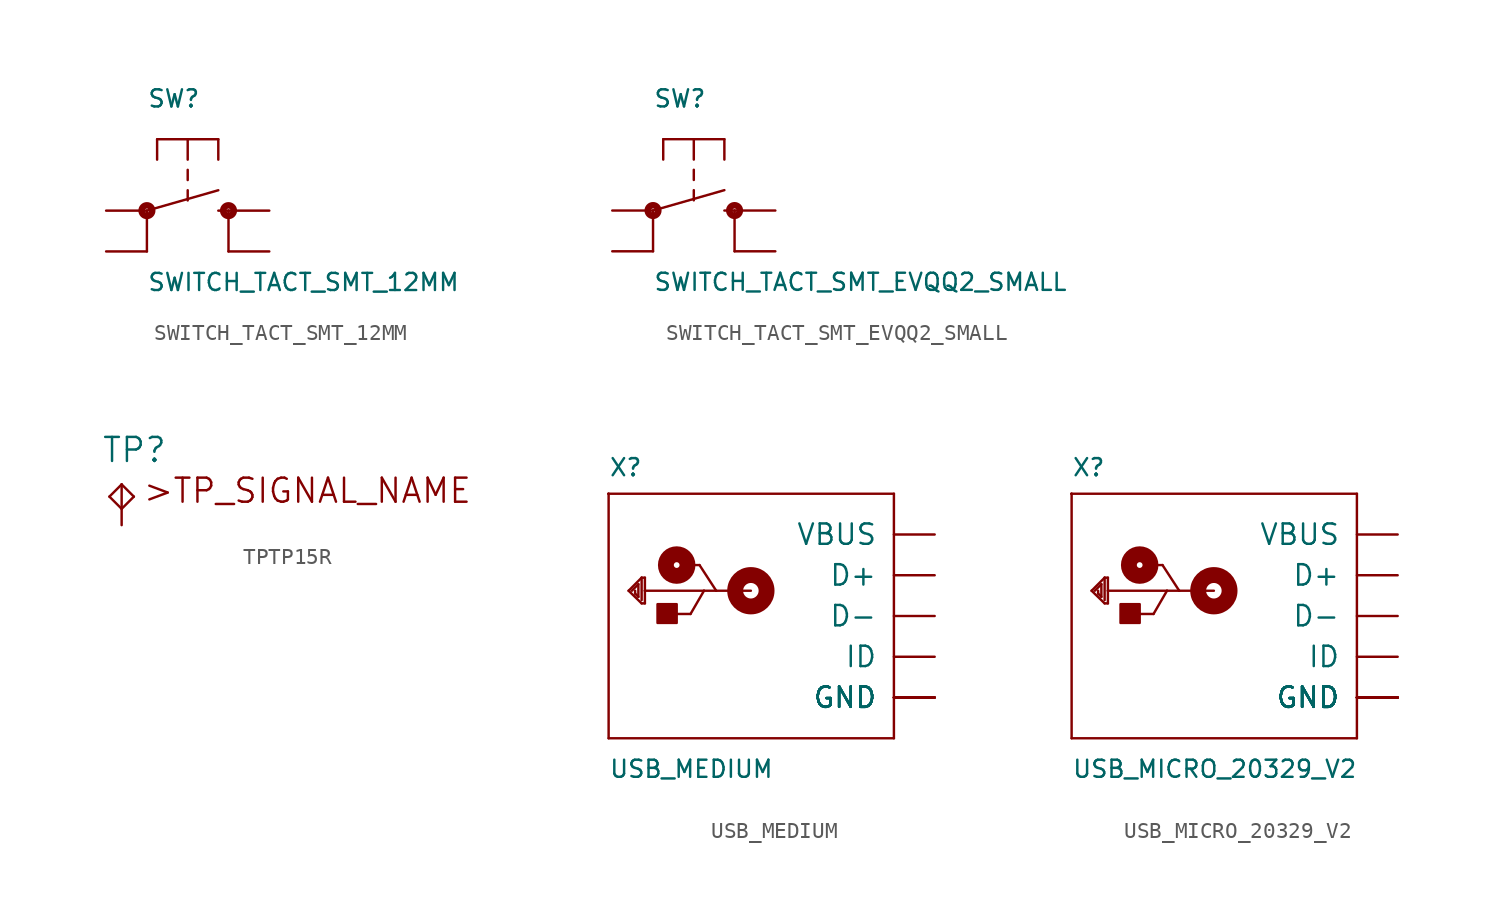
<source format=kicad_sym>
(kicad_symbol_lib
  (version 20211014)
  (generator kicad_symbol_editor)
  (symbol "SWITCH_TACT_SMT_12MM"
    (pin_names
      (offset 1.016))
    (property "Reference" "SW"
      (at -2.54 6.35 0)
      (effects (font (size 1.067 1.067)) (justify left bottom)))
    (property "Value" "SWITCH_TACT_SMT_12MM"
      (at -2.54 -5.08 0)
      (effects (font (size 1.067 1.067)) (justify left bottom)))
    (property "ki_locked" ""
      (at 0 0 0)
      (effects (font (size 1.27 1.27))))
    (symbol "SWITCH_TACT_SMT_12MM_1_0"
      (circle (center -2.54 0) (radius 0.127) (stroke (width 0.406) (type default) (color 0 0 0 0)) (fill (type none)))
      (polyline (pts (xy -2.54 -2.54) (xy -2.54 0)) (stroke (width 0) (type default) (color 0 0 0 0)) (fill (type none)))
      (polyline (pts (xy -2.54 0) (xy 1.905 1.27)) (stroke (width 0) (type default) (color 0 0 0 0)) (fill (type none)))
      (polyline (pts (xy -1.905 4.445) (xy -1.905 3.175)) (stroke (width 0) (type default) (color 0 0 0 0)) (fill (type none)))
      (polyline (pts (xy 0 1.27) (xy 0 0.635)) (stroke (width 0) (type default) (color 0 0 0 0)) (fill (type none)))
      (polyline (pts (xy 0 2.54) (xy 0 1.905)) (stroke (width 0) (type default) (color 0 0 0 0)) (fill (type none)))
      (polyline (pts (xy 0 4.445) (xy -1.905 4.445)) (stroke (width 0) (type default) (color 0 0 0 0)) (fill (type none)))
      (polyline (pts (xy 0 4.445) (xy 0 3.175)) (stroke (width 0) (type default) (color 0 0 0 0)) (fill (type none)))
      (polyline (pts (xy 1.905 0) (xy 2.54 0)) (stroke (width 0) (type default) (color 0 0 0 0)) (fill (type none)))
      (polyline (pts (xy 1.905 4.445) (xy 0 4.445)) (stroke (width 0) (type default) (color 0 0 0 0)) (fill (type none)))
      (polyline (pts (xy 1.905 4.445) (xy 1.905 3.175)) (stroke (width 0) (type default) (color 0 0 0 0)) (fill (type none)))
      (polyline (pts (xy 2.54 -2.54) (xy 2.54 0)) (stroke (width 0) (type default) (color 0 0 0 0)) (fill (type none)))
      (circle (center 2.54 0) (radius 0.127) (stroke (width 0.406) (type default) (color 0 0 0 0)) (fill (type none)))
      (pin passive line (at -5.08 0 0) (length 2.54) (name "P" (effects (font (size 0 0)))) (number "P$1" (effects (font (size 0 0)))))
      (pin passive line (at -5.08 -2.54 0) (length 2.54) (name "P1" (effects (font (size 0 0)))) (number "P$2" (effects (font (size 0 0)))))
      (pin passive line (at 5.08 0 180) (length 2.54) (name "S" (effects (font (size 0 0)))) (number "P$3" (effects (font (size 0 0)))))
      (pin passive line (at 5.08 -2.54 180) (length 2.54) (name "S1" (effects (font (size 0 0)))) (number "P$4" (effects (font (size 0 0)))))))
  (symbol "SWITCH_TACT_SMT_EVQQ2_SMALL"
    (pin_names
      (offset 1.016))
    (property "Reference" "SW"
      (at -2.54 6.35 0)
      (effects (font (size 1.067 1.067)) (justify left bottom)))
    (property "Value" "SWITCH_TACT_SMT_EVQQ2_SMALL"
      (at -2.54 -5.08 0)
      (effects (font (size 1.067 1.067)) (justify left bottom)))
    (property "ki_locked" ""
      (at 0 0 0)
      (effects (font (size 1.27 1.27))))
    (symbol "SWITCH_TACT_SMT_EVQQ2_SMALL_1_0"
      (circle (center -2.54 0) (radius 0.127) (stroke (width 0.406) (type default) (color 0 0 0 0)) (fill (type none)))
      (polyline (pts (xy -2.54 -2.54) (xy -2.54 0)) (stroke (width 0) (type default) (color 0 0 0 0)) (fill (type none)))
      (polyline (pts (xy -2.54 0) (xy 1.905 1.27)) (stroke (width 0) (type default) (color 0 0 0 0)) (fill (type none)))
      (polyline (pts (xy -1.905 4.445) (xy -1.905 3.175)) (stroke (width 0) (type default) (color 0 0 0 0)) (fill (type none)))
      (polyline (pts (xy 0 1.27) (xy 0 0.635)) (stroke (width 0) (type default) (color 0 0 0 0)) (fill (type none)))
      (polyline (pts (xy 0 2.54) (xy 0 1.905)) (stroke (width 0) (type default) (color 0 0 0 0)) (fill (type none)))
      (polyline (pts (xy 0 4.445) (xy -1.905 4.445)) (stroke (width 0) (type default) (color 0 0 0 0)) (fill (type none)))
      (polyline (pts (xy 0 4.445) (xy 0 3.175)) (stroke (width 0) (type default) (color 0 0 0 0)) (fill (type none)))
      (polyline (pts (xy 1.905 0) (xy 2.54 0)) (stroke (width 0) (type default) (color 0 0 0 0)) (fill (type none)))
      (polyline (pts (xy 1.905 4.445) (xy 0 4.445)) (stroke (width 0) (type default) (color 0 0 0 0)) (fill (type none)))
      (polyline (pts (xy 1.905 4.445) (xy 1.905 3.175)) (stroke (width 0) (type default) (color 0 0 0 0)) (fill (type none)))
      (polyline (pts (xy 2.54 -2.54) (xy 2.54 0)) (stroke (width 0) (type default) (color 0 0 0 0)) (fill (type none)))
      (circle (center 2.54 0) (radius 0.127) (stroke (width 0.406) (type default) (color 0 0 0 0)) (fill (type none)))
      (pin passive line (at -5.08 0 0) (length 2.54) (name "P" (effects (font (size 0 0)))) (number "A" (effects (font (size 0 0)))))
      (pin passive line (at -5.08 -2.54 0) (length 2.54) (name "P1" (effects (font (size 0 0)))) (number "A'" (effects (font (size 0 0)))))
      (pin passive line (at 5.08 0 180) (length 2.54) (name "S" (effects (font (size 0 0)))) (number "B" (effects (font (size 0 0)))))
      (pin passive line (at 5.08 -2.54 180) (length 2.54) (name "S1" (effects (font (size 0 0)))) (number "B'" (effects (font (size 0 0)))))))
  (symbol "TPTP15R"
    (pin_names
      (offset 1.016))
    (property "Reference" "TP"
      (at -1.27 1.27 0)
      (effects (font (size 1.499 1.499)) (justify left bottom)))
    (property "ki_locked" ""
      (at 0 0 0)
      (effects (font (size 1.27 1.27))))
    (symbol "TPTP15R_1_0"
      (polyline (pts (xy -0.762 -0.762) (xy 0 0)) (stroke (width 0) (type default) (color 0 0 0 0)) (fill (type none)))
      (polyline (pts (xy 0 -1.524) (xy -0.762 -0.762)) (stroke (width 0) (type default) (color 0 0 0 0)) (fill (type none)))
      (polyline (pts (xy 0 0) (xy 0.762 -0.762)) (stroke (width 0) (type default) (color 0 0 0 0)) (fill (type none)))
      (polyline (pts (xy 0.762 -0.762) (xy 0 -1.524)) (stroke (width 0) (type default) (color 0 0 0 0)) (fill (type none)))
      (text ">TP_SIGNAL_NAME" (at 1.27 -1.27 0) (effects (font (size 1.499 1.499)) (justify left bottom)))
      (pin input line (at 0 -2.54 90) (length 2.54) (name "TP" (effects (font (size 0 0)))) (number "TP" (effects (font (size 0 0)))))))
  (symbol "USB_MEDIUM"
    (pin_names
      (offset 1.016))
    (property "Reference" "X"
      (at -10.16 8.636 0)
      (effects (font (size 1.067 1.067)) (justify left bottom)))
    (property "Value" "USB_MEDIUM"
      (at -10.16 -10.16 0)
      (effects (font (size 1.067 1.067)) (justify left bottom)))
    (property "ki_locked" ""
      (at 0 0 0)
      (effects (font (size 1.27 1.27))))
    (symbol "USB_MEDIUM_1_0"
      (rectangle (start -7.112 -0.432) (end -5.918 0.737) (stroke (width 0) (type default) (color 0 0 0 0)) (fill (type outline)))
      (circle (center -5.918 3.175) (radius 0.178) (stroke (width 0.991) (type default) (color 0 0 0 0)) (fill (type none)))
      (circle (center -1.295 1.575) (radius 0.483) (stroke (width 0.991) (type default) (color 0 0 0 0)) (fill (type none)))
      (polyline (pts (xy -10.185 7.62) (xy -10.16 7.62)) (stroke (width 0) (type default) (color 0 0 0 0)) (fill (type none)))
      (polyline (pts (xy -10.16 -7.62) (xy 7.62 -7.62)) (stroke (width 0) (type default) (color 0 0 0 0)) (fill (type none)))
      (polyline (pts (xy -10.16 7.62) (xy -10.16 -7.62)) (stroke (width 0) (type default) (color 0 0 0 0)) (fill (type none)))
      (polyline (pts (xy -10.16 7.62) (xy 7.62 7.62)) (stroke (width 0) (type default) (color 0 0 0 0)) (fill (type none)))
      (polyline (pts (xy -8.915 1.575) (xy -8.103 2.388)) (stroke (width 0) (type default) (color 0 0 0 0)) (fill (type none)))
      (polyline (pts (xy -8.509 1.397) (xy -8.306 1.194)) (stroke (width 0) (type default) (color 0 0 0 0)) (fill (type none)))
      (polyline (pts (xy -8.509 1.575) (xy -8.509 1.397)) (stroke (width 0) (type default) (color 0 0 0 0)) (fill (type none)))
      (polyline (pts (xy -8.306 1.194) (xy -8.306 1.981)) (stroke (width 0) (type default) (color 0 0 0 0)) (fill (type none)))
      (polyline (pts (xy -8.306 1.981) (xy -8.712 1.575)) (stroke (width 0) (type default) (color 0 0 0 0)) (fill (type none)))
      (polyline (pts (xy -8.103 0.787) (xy -8.915 1.575)) (stroke (width 0) (type default) (color 0 0 0 0)) (fill (type none)))
      (polyline (pts (xy -8.103 0.991) (xy -8.103 2.388)) (stroke (width 0) (type default) (color 0 0 0 0)) (fill (type none)))
      (polyline (pts (xy -8.103 2.388) (xy -7.899 2.388)) (stroke (width 0) (type default) (color 0 0 0 0)) (fill (type none)))
      (polyline (pts (xy -7.899 0.787) (xy -8.103 0.787)) (stroke (width 0) (type default) (color 0 0 0 0)) (fill (type none)))
      (polyline (pts (xy -7.899 1.575) (xy -7.899 0.787)) (stroke (width 0) (type default) (color 0 0 0 0)) (fill (type none)))
      (polyline (pts (xy -7.899 2.388) (xy -7.899 1.575)) (stroke (width 0) (type default) (color 0 0 0 0)) (fill (type none)))
      (polyline (pts (xy -6.248 0.127) (xy -5.055 0.127)) (stroke (width 0) (type default) (color 0 0 0 0)) (fill (type none)))
      (polyline (pts (xy -5.512 3.175) (xy -4.496 3.175)) (stroke (width 0) (type default) (color 0 0 0 0)) (fill (type none)))
      (polyline (pts (xy -5.055 0.127) (xy -4.216 1.575)) (stroke (width 0) (type default) (color 0 0 0 0)) (fill (type none)))
      (polyline (pts (xy -4.496 3.175) (xy -3.454 1.575)) (stroke (width 0) (type default) (color 0 0 0 0)) (fill (type none)))
      (polyline (pts (xy -4.216 1.575) (xy -7.899 1.575)) (stroke (width 0) (type default) (color 0 0 0 0)) (fill (type none)))
      (polyline (pts (xy -3.454 1.575) (xy -4.216 1.575)) (stroke (width 0) (type default) (color 0 0 0 0)) (fill (type none)))
      (polyline (pts (xy -1.295 1.575) (xy -3.454 1.575)) (stroke (width 0) (type default) (color 0 0 0 0)) (fill (type none)))
      (polyline (pts (xy 7.62 7.62) (xy 7.62 -7.62)) (stroke (width 0) (type default) (color 0 0 0 0)) (fill (type none)))
      (pin unspecified line (at 10.16 2.54 180) (length 2.54) (name "D+" (effects (font (size 1.27 1.27)))) (number "D+" (effects (font (size 0 0)))))
      (pin unspecified line (at 10.16 0 180) (length 2.54) (name "D-" (effects (font (size 1.27 1.27)))) (number "D-" (effects (font (size 0 0)))))
      (pin power_in line (at 10.16 -5.08 180) (length 2.54) (name "GND" (effects (font (size 1.27 1.27)))) (number "GND" (effects (font (size 0 0)))))
      (pin power_in line (at 10.16 -5.08 180) (length 2.54) (name "GND" (effects (font (size 1.27 1.27)))) (number "GND1" (effects (font (size 0 0)))))
      (pin power_in line (at 10.16 -5.08 180) (length 2.54) (name "GND" (effects (font (size 1.27 1.27)))) (number "GND2" (effects (font (size 0 0)))))
      (pin power_in line (at 10.16 -5.08 180) (length 2.54) (name "GND" (effects (font (size 1.27 1.27)))) (number "GND3" (effects (font (size 0 0)))))
      (pin power_in line (at 10.16 -5.08 180) (length 2.54) (name "GND" (effects (font (size 1.27 1.27)))) (number "GND4" (effects (font (size 0 0)))))
      (pin unspecified line (at 10.16 -2.54 180) (length 2.54) (name "ID" (effects (font (size 1.27 1.27)))) (number "ID" (effects (font (size 0 0)))))
      (pin power_in line (at 10.16 5.08 180) (length 2.54) (name "VBUS" (effects (font (size 1.27 1.27)))) (number "VBUS" (effects (font (size 0 0)))))))
  (symbol "USB_MICRO_20329_V2"
    (pin_names
      (offset 1.016))
    (property "Reference" "X"
      (at -10.16 8.636 0)
      (effects (font (size 1.067 1.067)) (justify left bottom)))
    (property "Value" "USB_MICRO_20329_V2"
      (at -10.16 -10.16 0)
      (effects (font (size 1.067 1.067)) (justify left bottom)))
    (property "ki_locked" ""
      (at 0 0 0)
      (effects (font (size 1.27 1.27))))
    (symbol "USB_MICRO_20329_V2_1_0"
      (rectangle (start -7.112 -0.432) (end -5.918 0.737) (stroke (width 0) (type default) (color 0 0 0 0)) (fill (type outline)))
      (circle (center -5.918 3.175) (radius 0.178) (stroke (width 0.991) (type default) (color 0 0 0 0)) (fill (type none)))
      (circle (center -1.295 1.575) (radius 0.483) (stroke (width 0.991) (type default) (color 0 0 0 0)) (fill (type none)))
      (polyline (pts (xy -10.185 7.62) (xy -10.16 7.62)) (stroke (width 0) (type default) (color 0 0 0 0)) (fill (type none)))
      (polyline (pts (xy -10.16 -7.62) (xy 7.62 -7.62)) (stroke (width 0) (type default) (color 0 0 0 0)) (fill (type none)))
      (polyline (pts (xy -10.16 7.62) (xy -10.16 -7.62)) (stroke (width 0) (type default) (color 0 0 0 0)) (fill (type none)))
      (polyline (pts (xy -10.16 7.62) (xy 7.62 7.62)) (stroke (width 0) (type default) (color 0 0 0 0)) (fill (type none)))
      (polyline (pts (xy -8.915 1.575) (xy -8.103 2.388)) (stroke (width 0) (type default) (color 0 0 0 0)) (fill (type none)))
      (polyline (pts (xy -8.509 1.397) (xy -8.306 1.194)) (stroke (width 0) (type default) (color 0 0 0 0)) (fill (type none)))
      (polyline (pts (xy -8.509 1.575) (xy -8.509 1.397)) (stroke (width 0) (type default) (color 0 0 0 0)) (fill (type none)))
      (polyline (pts (xy -8.306 1.194) (xy -8.306 1.981)) (stroke (width 0) (type default) (color 0 0 0 0)) (fill (type none)))
      (polyline (pts (xy -8.306 1.981) (xy -8.712 1.575)) (stroke (width 0) (type default) (color 0 0 0 0)) (fill (type none)))
      (polyline (pts (xy -8.103 0.787) (xy -8.915 1.575)) (stroke (width 0) (type default) (color 0 0 0 0)) (fill (type none)))
      (polyline (pts (xy -8.103 0.991) (xy -8.103 2.388)) (stroke (width 0) (type default) (color 0 0 0 0)) (fill (type none)))
      (polyline (pts (xy -8.103 2.388) (xy -7.899 2.388)) (stroke (width 0) (type default) (color 0 0 0 0)) (fill (type none)))
      (polyline (pts (xy -7.899 0.787) (xy -8.103 0.787)) (stroke (width 0) (type default) (color 0 0 0 0)) (fill (type none)))
      (polyline (pts (xy -7.899 1.575) (xy -7.899 0.787)) (stroke (width 0) (type default) (color 0 0 0 0)) (fill (type none)))
      (polyline (pts (xy -7.899 2.388) (xy -7.899 1.575)) (stroke (width 0) (type default) (color 0 0 0 0)) (fill (type none)))
      (polyline (pts (xy -6.248 0.127) (xy -5.055 0.127)) (stroke (width 0) (type default) (color 0 0 0 0)) (fill (type none)))
      (polyline (pts (xy -5.512 3.175) (xy -4.496 3.175)) (stroke (width 0) (type default) (color 0 0 0 0)) (fill (type none)))
      (polyline (pts (xy -5.055 0.127) (xy -4.216 1.575)) (stroke (width 0) (type default) (color 0 0 0 0)) (fill (type none)))
      (polyline (pts (xy -4.496 3.175) (xy -3.454 1.575)) (stroke (width 0) (type default) (color 0 0 0 0)) (fill (type none)))
      (polyline (pts (xy -4.216 1.575) (xy -7.899 1.575)) (stroke (width 0) (type default) (color 0 0 0 0)) (fill (type none)))
      (polyline (pts (xy -3.454 1.575) (xy -4.216 1.575)) (stroke (width 0) (type default) (color 0 0 0 0)) (fill (type none)))
      (polyline (pts (xy -1.295 1.575) (xy -3.454 1.575)) (stroke (width 0) (type default) (color 0 0 0 0)) (fill (type none)))
      (polyline (pts (xy 7.62 7.62) (xy 7.62 -7.62)) (stroke (width 0) (type default) (color 0 0 0 0)) (fill (type none)))
      (pin power_in line (at 10.16 -5.08 180) (length 2.54) (name "GND" (effects (font (size 1.27 1.27)))) (number "BASE@1" (effects (font (size 0 0)))))
      (pin power_in line (at 10.16 -5.08 180) (length 2.54) (name "GND" (effects (font (size 1.27 1.27)))) (number "BASE@2" (effects (font (size 0 0)))))
      (pin unspecified line (at 10.16 2.54 180) (length 2.54) (name "D+" (effects (font (size 1.27 1.27)))) (number "D+" (effects (font (size 0 0)))))
      (pin unspecified line (at 10.16 0 180) (length 2.54) (name "D-" (effects (font (size 1.27 1.27)))) (number "D-" (effects (font (size 0 0)))))
      (pin power_in line (at 10.16 -5.08 180) (length 2.54) (name "GND" (effects (font (size 1.27 1.27)))) (number "GND" (effects (font (size 0 0)))))
      (pin unspecified line (at 10.16 -2.54 180) (length 2.54) (name "ID" (effects (font (size 1.27 1.27)))) (number "ID" (effects (font (size 0 0)))))
      (pin power_in line (at 10.16 -5.08 180) (length 2.54) (name "GND" (effects (font (size 1.27 1.27)))) (number "SPRT@1" (effects (font (size 0 0)))))
      (pin power_in line (at 10.16 -5.08 180) (length 2.54) (name "GND" (effects (font (size 1.27 1.27)))) (number "SPRT@2" (effects (font (size 0 0)))))
      (pin power_in line (at 10.16 -5.08 180) (length 2.54) (name "GND" (effects (font (size 1.27 1.27)))) (number "SPRT@3" (effects (font (size 0 0)))))
      (pin power_in line (at 10.16 -5.08 180) (length 2.54) (name "GND" (effects (font (size 1.27 1.27)))) (number "SPRT@4" (effects (font (size 0 0)))))
      (pin power_in line (at 10.16 5.08 180) (length 2.54) (name "VBUS" (effects (font (size 1.27 1.27)))) (number "VBUS" (effects (font (size 0 0))))))))
</source>
